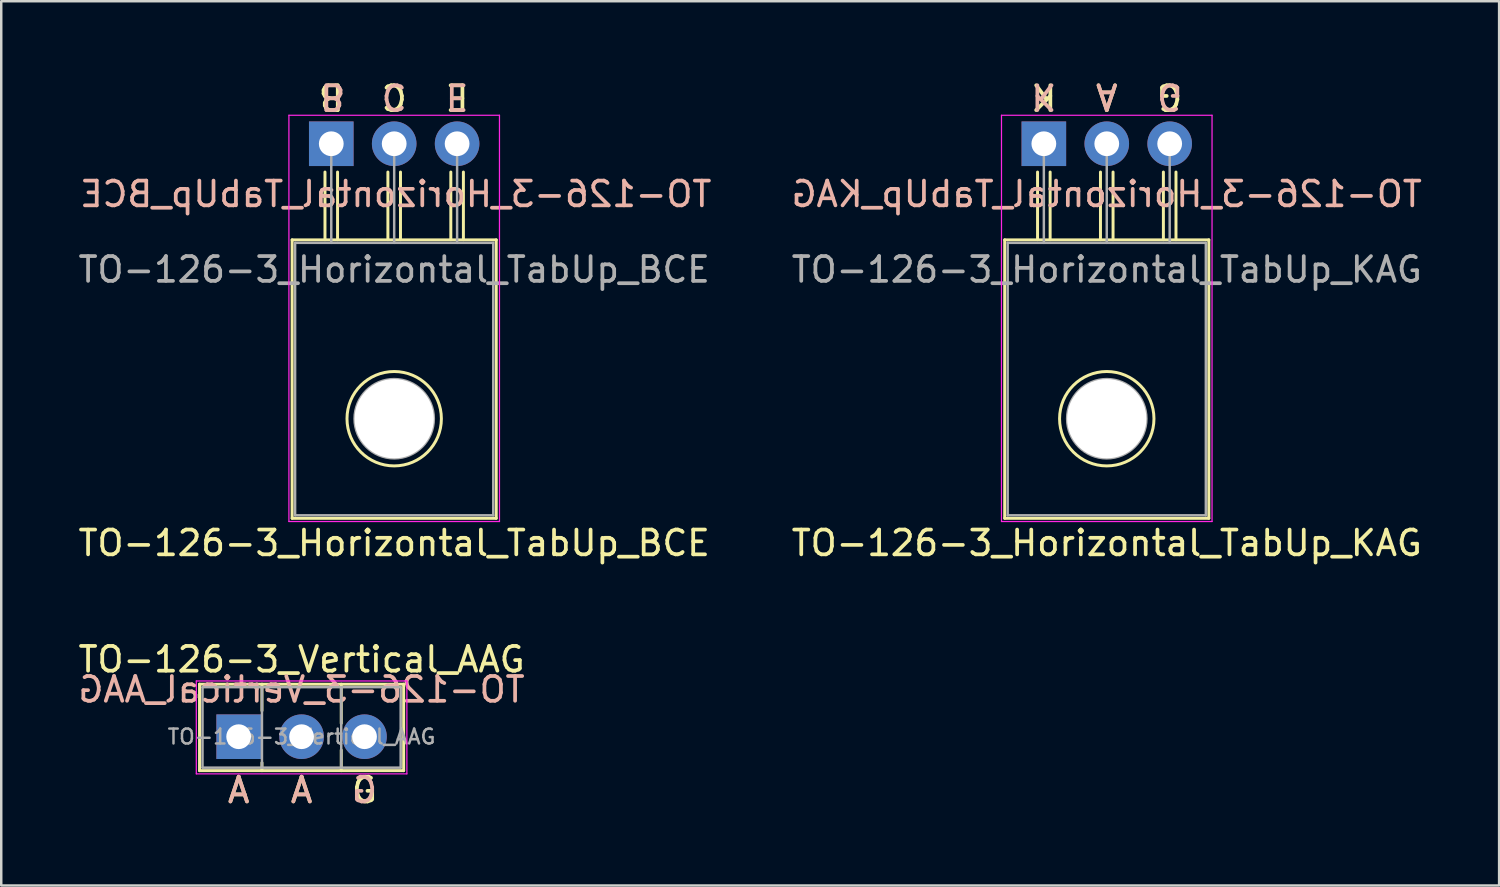
<source format=kicad_pcb>
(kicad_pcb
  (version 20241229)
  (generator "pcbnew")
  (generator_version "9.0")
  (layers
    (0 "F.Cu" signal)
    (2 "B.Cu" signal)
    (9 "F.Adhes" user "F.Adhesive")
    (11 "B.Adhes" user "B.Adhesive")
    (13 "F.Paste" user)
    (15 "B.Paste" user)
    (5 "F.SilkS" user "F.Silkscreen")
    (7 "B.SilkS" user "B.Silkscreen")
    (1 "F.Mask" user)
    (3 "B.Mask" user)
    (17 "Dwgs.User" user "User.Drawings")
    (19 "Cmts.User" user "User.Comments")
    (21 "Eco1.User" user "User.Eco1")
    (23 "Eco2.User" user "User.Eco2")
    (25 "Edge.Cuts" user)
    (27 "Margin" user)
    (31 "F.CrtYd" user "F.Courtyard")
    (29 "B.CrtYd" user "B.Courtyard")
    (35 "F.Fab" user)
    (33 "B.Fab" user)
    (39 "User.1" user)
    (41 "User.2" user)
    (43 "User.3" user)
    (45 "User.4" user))
  (footprint "TO-126-3_Horizontal_TabUp_KAG"
    (layer "F.Cu")
    (at 39.089 2.753)
    (property "Reference" "TO-126-3_Horizontal_TabUp_KAG" (at 2.54 16.12 0) (layer "F.SilkS") (effects (font (size 1 1) (thickness 0.15))))
    (fp_line (start -1.58 3.88) (end -1.58 15.12) (stroke (width 0.12) (type solid)) (layer "F.SilkS"))
    (fp_line (start -1.58 3.88) (end 6.66 3.88) (stroke (width 0.12) (type solid)) (layer "F.SilkS"))
    (fp_line (start -1.58 15.12) (end 6.66 15.12) (stroke (width 0.12) (type solid)) (layer "F.SilkS"))
    (fp_line (start -0.254 3.873) (end -0.254 1.143) (stroke (width 0.12) (type solid)) (layer "F.SilkS"))
    (fp_line (start 0.254 1.143) (end 0.254 3.873) (stroke (width 0.12) (type solid)) (layer "F.SilkS"))
    (fp_line (start 2.286 3.873) (end 2.286 1.143) (stroke (width 0.12) (type solid)) (layer "F.SilkS"))
    (fp_line (start 2.794 1.143) (end 2.794 3.873) (stroke (width 0.12) (type solid)) (layer "F.SilkS"))
    (fp_line (start 4.826 3.873) (end 4.826 1.143) (stroke (width 0.12) (type solid)) (layer "F.SilkS"))
    (fp_line (start 5.334 1.143) (end 5.334 3.873) (stroke (width 0.12) (type solid)) (layer "F.SilkS"))
    (fp_line (start 6.66 3.88) (end 6.66 15.12) (stroke (width 0.12) (type solid)) (layer "F.SilkS"))
    (fp_circle (center 2.54 11.1) (end 0.635 11.125) (stroke (width 0.12) (type solid)) (fill no) (layer "F.SilkS"))
    (fp_line (start -1.71 -1.15) (end -1.71 15.25) (stroke (width 0.05) (type solid)) (layer "F.CrtYd"))
    (fp_line (start -1.71 15.25) (end 6.79 15.25) (stroke (width 0.05) (type solid)) (layer "F.CrtYd"))
    (fp_line (start 6.79 -1.15) (end -1.71 -1.15) (stroke (width 0.05) (type solid)) (layer "F.CrtYd"))
    (fp_line (start 6.79 15.25) (end 6.79 -1.15) (stroke (width 0.05) (type solid)) (layer "F.CrtYd"))
    (fp_line (start -1.46 4) (end -1.46 15) (stroke (width 0.1) (type solid)) (layer "F.Fab"))
    (fp_line (start -1.46 15) (end 6.54 15) (stroke (width 0.1) (type solid)) (layer "F.Fab"))
    (fp_line (start 0 4) (end 0 0) (stroke (width 0.1) (type solid)) (layer "F.Fab"))
    (fp_line (start 2.54 4) (end 2.54 0) (stroke (width 0.1) (type solid)) (layer "F.Fab"))
    (fp_line (start 5.08 4) (end 5.08 0) (stroke (width 0.1) (type solid)) (layer "F.Fab"))
    (fp_line (start 6.54 4) (end -1.46 4) (stroke (width 0.1) (type solid)) (layer "F.Fab"))
    (fp_line (start 6.54 15) (end 6.54 4) (stroke (width 0.1) (type solid)) (layer "F.Fab"))
    (fp_circle (center 2.54 11.1) (end 4.14 11.1) (stroke (width 0.1) (type solid)) (fill no) (layer "F.Fab"))
    (fp_text user "G" (at 5.08 -1.905 180) (unlocked yes) (layer "F.SilkS") (effects (font (size 1 1) (thickness 0.15))))
    (fp_text user "K" (at 0 -1.905 180) (unlocked yes) (layer "F.SilkS") (effects (font (size 1 1) (thickness 0.15))))
    (fp_text user "A" (at 2.54 -1.905 180) (unlocked yes) (layer "F.SilkS") (effects (font (size 1 1) (thickness 0.15))))
    (fp_text user "K" (at 0 -1.905 180) (unlocked yes) (layer "B.SilkS") (effects (font (size 1 1) (thickness 0.15)) (justify mirror)))
    (fp_text user "G" (at 5.08 -1.905 180) (unlocked yes) (layer "B.SilkS") (effects (font (size 1 1) (thickness 0.15)) (justify mirror)))
    (fp_text user "${REFERENCE}" (at 2.54 2.032 0) (layer "B.SilkS") (effects (font (size 1 1) (thickness 0.15)) (justify mirror)))
    (fp_text user "A" (at 2.54 -1.905 180) (unlocked yes) (layer "B.SilkS") (effects (font (size 1 1) (thickness 0.15)) (justify mirror)))
    (fp_text user "${REFERENCE}" (at 2.54 5.08 0) (layer "F.Fab") (effects (font (size 1 1) (thickness 0.15))))
    (pad "" np_thru_hole oval (at 2.54 11.1) (size 3.2 3.2) (drill 3.2) (layers "*.Cu" "*.Mask"))
    (pad "1" thru_hole rect (at 0 0) (size 1.8 1.8) (drill 1) (layers "*.Cu" "*.Mask"))
    (pad "2" thru_hole oval (at 2.54 0) (size 1.8 1.8) (drill 1) (layers "*.Cu" "*.Mask"))
    (pad "3" thru_hole oval (at 5.08 0) (size 1.8 1.8) (drill 1) (layers "*.Cu" "*.Mask")))
  (footprint "TO-126-3_Horizontal_TabUp_BCE"
    (layer "F.Cu")
    (at 10.323 2.753)
    (property "Reference" "TO-126-3_Horizontal_TabUp_BCE" (at 2.54 16.12 0) (layer "F.SilkS") (effects (font (size 1 1) (thickness 0.15))))
    (fp_line (start -1.58 3.88) (end -1.58 15.12) (stroke (width 0.12) (type solid)) (layer "F.SilkS"))
    (fp_line (start -1.58 3.88) (end 6.66 3.88) (stroke (width 0.12) (type solid)) (layer "F.SilkS"))
    (fp_line (start -1.58 15.12) (end 6.66 15.12) (stroke (width 0.12) (type solid)) (layer "F.SilkS"))
    (fp_line (start -0.254 3.873) (end -0.254 1.143) (stroke (width 0.12) (type solid)) (layer "F.SilkS"))
    (fp_line (start 0.254 1.143) (end 0.254 3.873) (stroke (width 0.12) (type solid)) (layer "F.SilkS"))
    (fp_line (start 2.286 3.873) (end 2.286 1.143) (stroke (width 0.12) (type solid)) (layer "F.SilkS"))
    (fp_line (start 2.794 1.143) (end 2.794 3.873) (stroke (width 0.12) (type solid)) (layer "F.SilkS"))
    (fp_line (start 4.826 3.873) (end 4.826 1.143) (stroke (width 0.12) (type solid)) (layer "F.SilkS"))
    (fp_line (start 5.334 1.143) (end 5.334 3.873) (stroke (width 0.12) (type solid)) (layer "F.SilkS"))
    (fp_line (start 6.66 3.88) (end 6.66 15.12) (stroke (width 0.12) (type solid)) (layer "F.SilkS"))
    (fp_circle (center 2.54 11.1) (end 0.635 11.125) (stroke (width 0.12) (type solid)) (fill no) (layer "F.SilkS"))
    (fp_line (start -1.71 -1.15) (end -1.71 15.25) (stroke (width 0.05) (type solid)) (layer "F.CrtYd"))
    (fp_line (start -1.71 15.25) (end 6.79 15.25) (stroke (width 0.05) (type solid)) (layer "F.CrtYd"))
    (fp_line (start 6.79 -1.15) (end -1.71 -1.15) (stroke (width 0.05) (type solid)) (layer "F.CrtYd"))
    (fp_line (start 6.79 15.25) (end 6.79 -1.15) (stroke (width 0.05) (type solid)) (layer "F.CrtYd"))
    (fp_line (start -1.46 4) (end -1.46 15) (stroke (width 0.1) (type solid)) (layer "F.Fab"))
    (fp_line (start -1.46 15) (end 6.54 15) (stroke (width 0.1) (type solid)) (layer "F.Fab"))
    (fp_line (start 0 4) (end 0 0) (stroke (width 0.1) (type solid)) (layer "F.Fab"))
    (fp_line (start 2.54 4) (end 2.54 0) (stroke (width 0.1) (type solid)) (layer "F.Fab"))
    (fp_line (start 5.08 4) (end 5.08 0) (stroke (width 0.1) (type solid)) (layer "F.Fab"))
    (fp_line (start 6.54 4) (end -1.46 4) (stroke (width 0.1) (type solid)) (layer "F.Fab"))
    (fp_line (start 6.54 15) (end 6.54 4) (stroke (width 0.1) (type solid)) (layer "F.Fab"))
    (fp_circle (center 2.54 11.1) (end 4.14 11.1) (stroke (width 0.1) (type solid)) (fill no) (layer "F.Fab"))
    (fp_text user "C" (at 2.54 -1.905 180) (unlocked yes) (layer "F.SilkS") (effects (font (size 1 1) (thickness 0.15))))
    (fp_text user "E" (at 5.08 -1.905 180) (unlocked yes) (layer "F.SilkS") (effects (font (size 1 1) (thickness 0.15))))
    (fp_text user "B" (at 0 -1.905 180) (unlocked yes) (layer "F.SilkS") (effects (font (size 1 1) (thickness 0.15))))
    (fp_text user "C" (at 2.54 -1.905 180) (unlocked yes) (layer "B.SilkS") (effects (font (size 1 1) (thickness 0.15)) (justify mirror)))
    (fp_text user "B" (at 0.064 -1.905 180) (unlocked yes) (layer "B.SilkS") (effects (font (size 1 1) (thickness 0.15)) (justify mirror)))
    (fp_text user "E" (at 5.08 -1.905 180) (unlocked yes) (layer "B.SilkS") (effects (font (size 1 1) (thickness 0.15)) (justify mirror)))
    (fp_text user "${REFERENCE}" (at 2.603 2.032 0) (layer "B.SilkS") (effects (font (size 1 1) (thickness 0.15)) (justify mirror)))
    (fp_text user "${REFERENCE}" (at 2.54 5.08 0) (layer "F.Fab") (effects (font (size 1 1) (thickness 0.15))))
    (pad "" np_thru_hole oval (at 2.54 11.1) (size 3.2 3.2) (drill 3.2) (layers "*.Cu" "*.Mask"))
    (pad "1" thru_hole rect (at 0 0) (size 1.8 1.8) (drill 1) (layers "*.Cu" "*.Mask"))
    (pad "2" thru_hole oval (at 2.54 0) (size 1.8 1.8) (drill 1) (layers "*.Cu" "*.Mask"))
    (pad "3" thru_hole oval (at 5.08 0) (size 1.8 1.8) (drill 1) (layers "*.Cu" "*.Mask")))
  (footprint "TO-126-3_Vertical_AAG"
    (layer "F.Cu")
    (at 6.585 26.69)
    (property "Reference" "TO-126-3_Vertical_AAG" (at 2.54 -3.12 0) (layer "F.SilkS") (effects (font (size 1 1) (thickness 0.15))))
    (fp_line (start -1.58 -2.12) (end -1.58 1.37) (stroke (width 0.12) (type solid)) (layer "F.SilkS"))
    (fp_line (start -1.58 -2.12) (end 6.66 -2.12) (stroke (width 0.12) (type solid)) (layer "F.SilkS"))
    (fp_line (start -1.58 1.37) (end 6.66 1.37) (stroke (width 0.12) (type solid)) (layer "F.SilkS"))
    (fp_line (start 0.94 -2.12) (end 0.94 -1.05) (stroke (width 0.12) (type solid)) (layer "F.SilkS"))
    (fp_line (start 0.94 1.05) (end 0.94 1.37) (stroke (width 0.12) (type solid)) (layer "F.SilkS"))
    (fp_line (start 4.141 -2.12) (end 4.141 -0.54) (stroke (width 0.12) (type solid)) (layer "F.SilkS"))
    (fp_line (start 4.141 0.54) (end 4.141 1.37) (stroke (width 0.12) (type solid)) (layer "F.SilkS"))
    (fp_line (start 6.66 -2.12) (end 6.66 1.37) (stroke (width 0.12) (type solid)) (layer "F.SilkS"))
    (fp_line (start -1.71 -2.25) (end -1.71 1.5) (stroke (width 0.05) (type solid)) (layer "F.CrtYd"))
    (fp_line (start -1.71 1.5) (end 6.79 1.5) (stroke (width 0.05) (type solid)) (layer "F.CrtYd"))
    (fp_line (start 6.79 -2.25) (end -1.71 -2.25) (stroke (width 0.05) (type solid)) (layer "F.CrtYd"))
    (fp_line (start 6.79 1.5) (end 6.79 -2.25) (stroke (width 0.05) (type solid)) (layer "F.CrtYd"))
    (fp_line (start -1.46 -2) (end -1.46 1.25) (stroke (width 0.1) (type solid)) (layer "F.Fab"))
    (fp_line (start -1.46 1.25) (end 6.54 1.25) (stroke (width 0.1) (type solid)) (layer "F.Fab"))
    (fp_line (start 0.94 -2) (end 0.94 1.25) (stroke (width 0.1) (type solid)) (layer "F.Fab"))
    (fp_line (start 4.14 -2) (end 4.14 1.25) (stroke (width 0.1) (type solid)) (layer "F.Fab"))
    (fp_line (start 6.54 -2) (end -1.46 -2) (stroke (width 0.1) (type solid)) (layer "F.Fab"))
    (fp_line (start 6.54 1.25) (end 6.54 -2) (stroke (width 0.1) (type solid)) (layer "F.Fab"))
    (fp_text user "G" (at 5.08 2.159 0) (unlocked yes) (layer "F.SilkS") (effects (font (size 1 1) (thickness 0.15))))
    (fp_text user "A" (at 2.54 2.159 0) (unlocked yes) (layer "F.SilkS") (effects (font (size 1 1) (thickness 0.15))))
    (fp_text user "A" (at 0 2.159 0) (unlocked yes) (layer "F.SilkS") (effects (font (size 1 1) (thickness 0.15))))
    (fp_text user "${REFERENCE}" (at 2.54 -1.905 0) (layer "B.SilkS") (effects (font (size 1 1) (thickness 0.15)) (justify mirror)))
    (fp_text user "G" (at 5.08 2.159 0) (unlocked yes) (layer "B.SilkS") (effects (font (size 1 1) (thickness 0.15)) (justify mirror)))
    (fp_text user "A" (at 0 2.159 0) (unlocked yes) (layer "B.SilkS") (effects (font (size 1 1) (thickness 0.15)) (justify mirror)))
    (fp_text user "A" (at 2.54 2.159 0) (unlocked yes) (layer "B.SilkS") (effects (font (size 1 1) (thickness 0.15)) (justify mirror)))
    (fp_text user "${REFERENCE}" (at 2.54 0 0) (layer "F.Fab") (effects (font (size 0.6 0.6) (thickness 0.1))))
    (pad "1" thru_hole rect (at 0 0) (size 1.8 1.8) (drill 1) (layers "*.Cu" "*.Mask"))
    (pad "2" thru_hole oval (at 2.54 0) (size 1.8 1.8) (drill 1) (layers "*.Cu" "*.Mask"))
    (pad "3" thru_hole oval (at 5.08 0) (size 1.8 1.8) (drill 1) (layers "*.Cu" "*.Mask")))
  (gr_rect
    (start -3 -3)
    (end 57.468 32.697)
    (stroke (width 0.1) (type default))
    (fill no)
    (layer "Edge.Cuts")))
</source>
